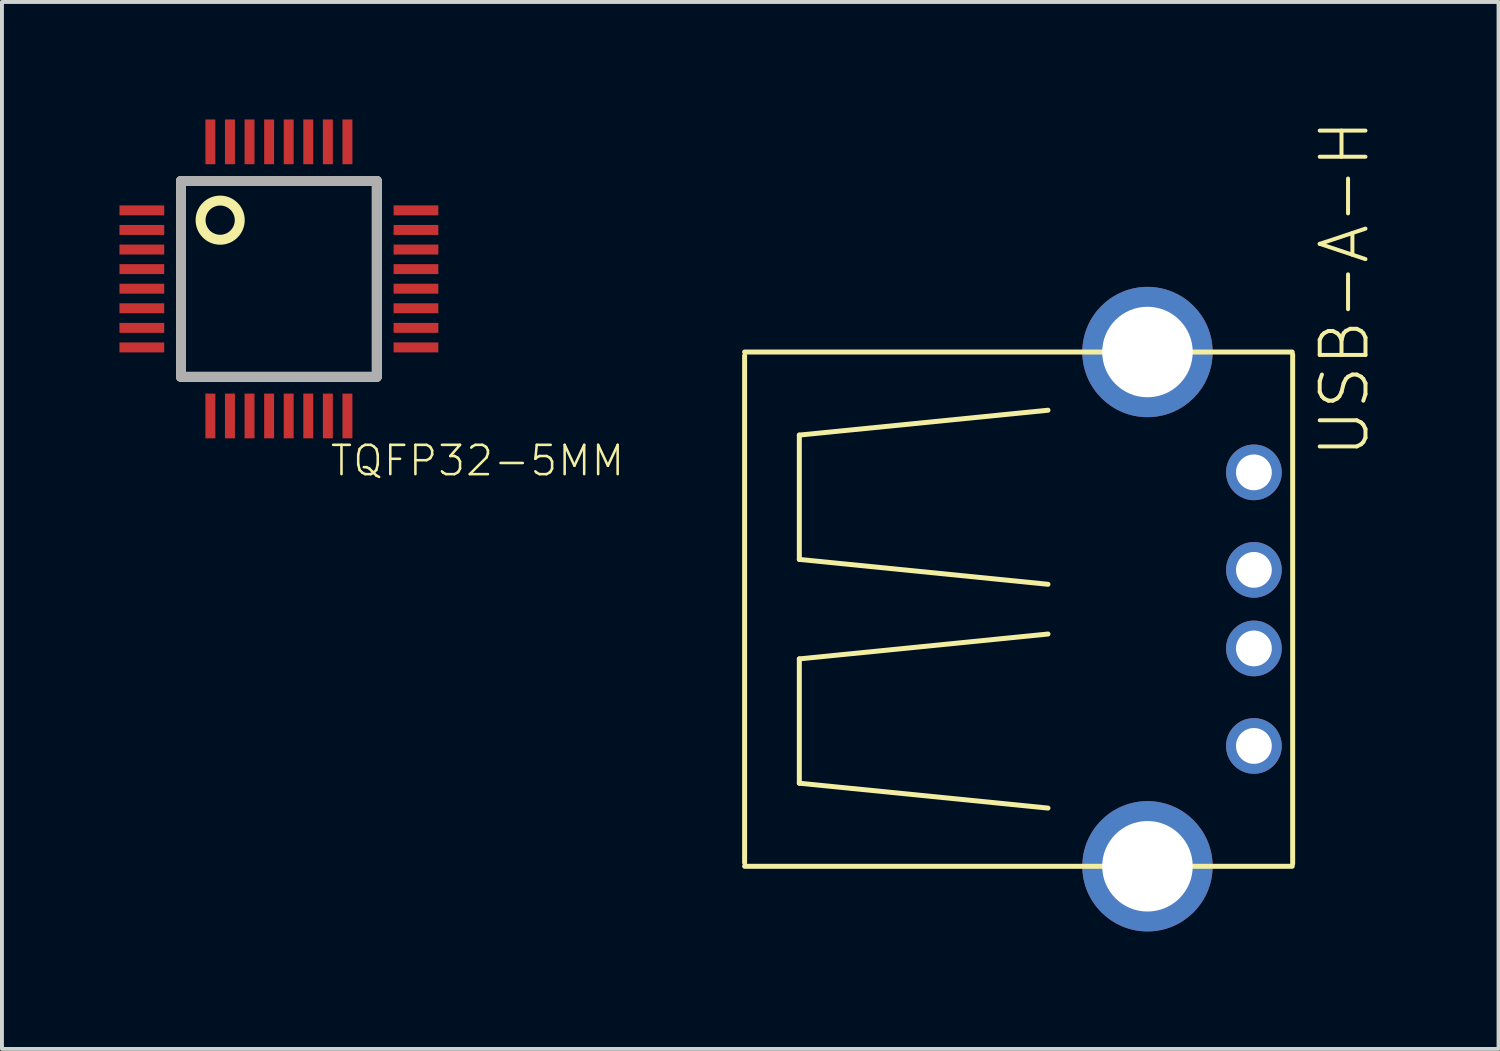
<source format=kicad_pcb>
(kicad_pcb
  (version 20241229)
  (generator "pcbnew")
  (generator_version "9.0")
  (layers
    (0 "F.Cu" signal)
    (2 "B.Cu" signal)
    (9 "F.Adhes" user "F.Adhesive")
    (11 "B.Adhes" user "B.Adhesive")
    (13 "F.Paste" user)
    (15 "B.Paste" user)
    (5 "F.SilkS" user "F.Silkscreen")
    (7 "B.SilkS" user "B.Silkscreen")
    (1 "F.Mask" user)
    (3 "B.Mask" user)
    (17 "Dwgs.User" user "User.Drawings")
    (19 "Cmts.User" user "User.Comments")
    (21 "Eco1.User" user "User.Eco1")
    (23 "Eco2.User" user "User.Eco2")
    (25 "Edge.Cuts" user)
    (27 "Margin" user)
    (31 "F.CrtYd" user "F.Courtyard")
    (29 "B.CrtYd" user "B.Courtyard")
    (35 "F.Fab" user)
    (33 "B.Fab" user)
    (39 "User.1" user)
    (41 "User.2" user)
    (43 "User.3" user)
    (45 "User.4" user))
  (footprint "USB-A-H"
    (layer "F.Cu")
    (at 26.251 12.505)
    (property "Reference" "USB-A-H" (at 5.715 -3.81 90) (unlocked yes) (layer "F.SilkS") (effects (font (size 1.168 1.168) (thickness 0.102)) (justify left bottom)))
    (fp_line (start -10.287 -6.477) (end -10.287 6.477) (stroke (width 0.127) (type solid)) (layer "F.SilkS"))
    (fp_line (start -8.89 -4.445) (end -8.89 -1.27) (stroke (width 0.127) (type solid)) (layer "F.SilkS"))
    (fp_line (start -8.89 -1.27) (end -2.54 -0.635) (stroke (width 0.127) (type solid)) (layer "F.SilkS"))
    (fp_line (start -8.89 1.27) (end -2.54 0.635) (stroke (width 0.127) (type solid)) (layer "F.SilkS"))
    (fp_line (start -8.89 4.445) (end -8.89 1.27) (stroke (width 0.127) (type solid)) (layer "F.SilkS"))
    (fp_line (start -2.54 -5.08) (end -8.89 -4.445) (stroke (width 0.127) (type solid)) (layer "F.SilkS"))
    (fp_line (start -2.54 5.08) (end -8.89 4.445) (stroke (width 0.127) (type solid)) (layer "F.SilkS"))
    (fp_line (start 3.696 -6.566) (end -10.287 -6.566) (stroke (width 0.127) (type solid)) (layer "F.SilkS"))
    (fp_line (start 3.696 6.566) (end -10.287 6.566) (stroke (width 0.127) (type solid)) (layer "F.SilkS"))
    (fp_line (start 3.708 -6.502) (end 3.708 6.502) (stroke (width 0.127) (type solid)) (layer "F.SilkS"))
    (pad "D+" thru_hole circle (at 2.718 1.003 270) (size 1.422 1.422) (drill 0.914) (layers "*.Cu" "*.Mask"))
    (pad "D-" thru_hole circle (at 2.718 -1.003 270) (size 1.422 1.422) (drill 0.914) (layers "*.Cu" "*.Mask"))
    (pad "GND" thru_hole circle (at 2.718 3.493 270) (size 1.422 1.422) (drill 0.914) (layers "*.Cu" "*.Mask"))
    (pad "GND@1" thru_hole circle (at 0 -6.566 270) (size 3.327 3.327) (drill 2.311) (layers "*.Cu" "*.Mask"))
    (pad "GND@2" thru_hole circle (at 0 6.566 270) (size 3.327 3.327) (drill 2.311) (layers "*.Cu" "*.Mask"))
    (pad "VBUS" thru_hole circle (at 2.718 -3.493 270) (size 1.422 1.422) (drill 0.914) (layers "*.Cu" "*.Mask")))
  (footprint "TQFP32-5MM"
    (layer "F.Cu")
    (at 4.072 4.072)
    (property "Reference" "TQFP32-5MM" (at 1.27 5.08 0) (unlocked yes) (layer "F.SilkS") (effects (font (size 0.748 0.748) (thickness 0.065)) (justify left bottom)))
    (fp_line (start -2.5 -2.5) (end -2.5 2.5) (stroke (width 0.254) (type solid)) (layer "F.SilkS"))
    (fp_line (start -2.5 2.5) (end 2.5 2.5) (stroke (width 0.254) (type solid)) (layer "F.SilkS"))
    (fp_line (start 2.5 -2.5) (end -2.5 -2.5) (stroke (width 0.254) (type solid)) (layer "F.SilkS"))
    (fp_line (start 2.5 2.5) (end 2.5 -2.5) (stroke (width 0.254) (type solid)) (layer "F.SilkS"))
    (fp_circle (center -1.5 -1.5) (end -1 -1.5) (stroke (width 0.254) (type solid)) (fill no) (layer "F.SilkS"))
    (fp_line (start -2.5 -2.5) (end -2.5 2.5) (stroke (width 0.254) (type solid)) (layer "F.Fab"))
    (fp_line (start -2.5 2.5) (end 2.5 2.5) (stroke (width 0.254) (type solid)) (layer "F.Fab"))
    (fp_line (start 2.5 -2.5) (end -2.5 -2.5) (stroke (width 0.254) (type solid)) (layer "F.Fab"))
    (fp_line (start 2.5 2.5) (end 2.5 -2.5) (stroke (width 0.254) (type solid)) (layer "F.Fab"))
    (pad "1" smd rect (at -3.5 -1.75) (size 1.143 0.254) (layers "F.Cu" "F.Mask" "F.Paste"))
    (pad "2" smd rect (at -3.5 -1.25) (size 1.143 0.254) (layers "F.Cu" "F.Mask" "F.Paste"))
    (pad "3" smd rect (at -3.5 -0.75) (size 1.143 0.254) (layers "F.Cu" "F.Mask" "F.Paste"))
    (pad "4" smd rect (at -3.5 -0.25) (size 1.143 0.254) (layers "F.Cu" "F.Mask" "F.Paste"))
    (pad "5" smd rect (at -3.5 0.25) (size 1.143 0.254) (layers "F.Cu" "F.Mask" "F.Paste"))
    (pad "6" smd rect (at -3.5 0.75) (size 1.143 0.254) (layers "F.Cu" "F.Mask" "F.Paste"))
    (pad "7" smd rect (at -3.5 1.25) (size 1.143 0.254) (layers "F.Cu" "F.Mask" "F.Paste"))
    (pad "8" smd rect (at -3.5 1.75) (size 1.143 0.254) (layers "F.Cu" "F.Mask" "F.Paste"))
    (pad "9" smd rect (at -1.75 3.5 90) (size 1.143 0.254) (layers "F.Cu" "F.Mask" "F.Paste"))
    (pad "10" smd rect (at -1.25 3.5 90) (size 1.143 0.254) (layers "F.Cu" "F.Mask" "F.Paste"))
    (pad "11" smd rect (at -0.75 3.5 90) (size 1.143 0.254) (layers "F.Cu" "F.Mask" "F.Paste"))
    (pad "12" smd rect (at -0.25 3.5 90) (size 1.143 0.254) (layers "F.Cu" "F.Mask" "F.Paste"))
    (pad "13" smd rect (at 0.25 3.5 90) (size 1.143 0.254) (layers "F.Cu" "F.Mask" "F.Paste"))
    (pad "14" smd rect (at 0.75 3.5 90) (size 1.143 0.254) (layers "F.Cu" "F.Mask" "F.Paste"))
    (pad "15" smd rect (at 1.25 3.5 90) (size 1.143 0.254) (layers "F.Cu" "F.Mask" "F.Paste"))
    (pad "16" smd rect (at 1.75 3.5 90) (size 1.143 0.254) (layers "F.Cu" "F.Mask" "F.Paste"))
    (pad "17" smd rect (at 3.5 1.75 180) (size 1.143 0.254) (layers "F.Cu" "F.Mask" "F.Paste"))
    (pad "18" smd rect (at 3.5 1.25 180) (size 1.143 0.254) (layers "F.Cu" "F.Mask" "F.Paste"))
    (pad "19" smd rect (at 3.5 0.75 180) (size 1.143 0.254) (layers "F.Cu" "F.Mask" "F.Paste"))
    (pad "20" smd rect (at 3.5 0.25 180) (size 1.143 0.254) (layers "F.Cu" "F.Mask" "F.Paste"))
    (pad "21" smd rect (at 3.5 -0.25 180) (size 1.143 0.254) (layers "F.Cu" "F.Mask" "F.Paste"))
    (pad "22" smd rect (at 3.5 -0.75 180) (size 1.143 0.254) (layers "F.Cu" "F.Mask" "F.Paste"))
    (pad "23" smd rect (at 3.5 -1.25 180) (size 1.143 0.254) (layers "F.Cu" "F.Mask" "F.Paste"))
    (pad "24" smd rect (at 3.5 -1.75 180) (size 1.143 0.254) (layers "F.Cu" "F.Mask" "F.Paste"))
    (pad "25" smd rect (at 1.75 -3.5 270) (size 1.143 0.254) (layers "F.Cu" "F.Mask" "F.Paste"))
    (pad "26" smd rect (at 1.25 -3.5 270) (size 1.143 0.254) (layers "F.Cu" "F.Mask" "F.Paste"))
    (pad "27" smd rect (at 0.75 -3.5 270) (size 1.143 0.254) (layers "F.Cu" "F.Mask" "F.Paste"))
    (pad "28" smd rect (at 0.25 -3.5 270) (size 1.143 0.254) (layers "F.Cu" "F.Mask" "F.Paste"))
    (pad "29" smd rect (at -0.25 -3.5 270) (size 1.143 0.254) (layers "F.Cu" "F.Mask" "F.Paste"))
    (pad "30" smd rect (at -0.75 -3.5 270) (size 1.143 0.254) (layers "F.Cu" "F.Mask" "F.Paste"))
    (pad "31" smd rect (at -1.25 -3.5 270) (size 1.143 0.254) (layers "F.Cu" "F.Mask" "F.Paste"))
    (pad "32" smd rect (at -1.75 -3.5 270) (size 1.143 0.254) (layers "F.Cu" "F.Mask" "F.Paste")))
  (gr_rect
    (start -3 -3)
    (end 35.216 23.735)
    (stroke (width 0.1) (type default))
    (fill no)
    (layer "Edge.Cuts")))
</source>
